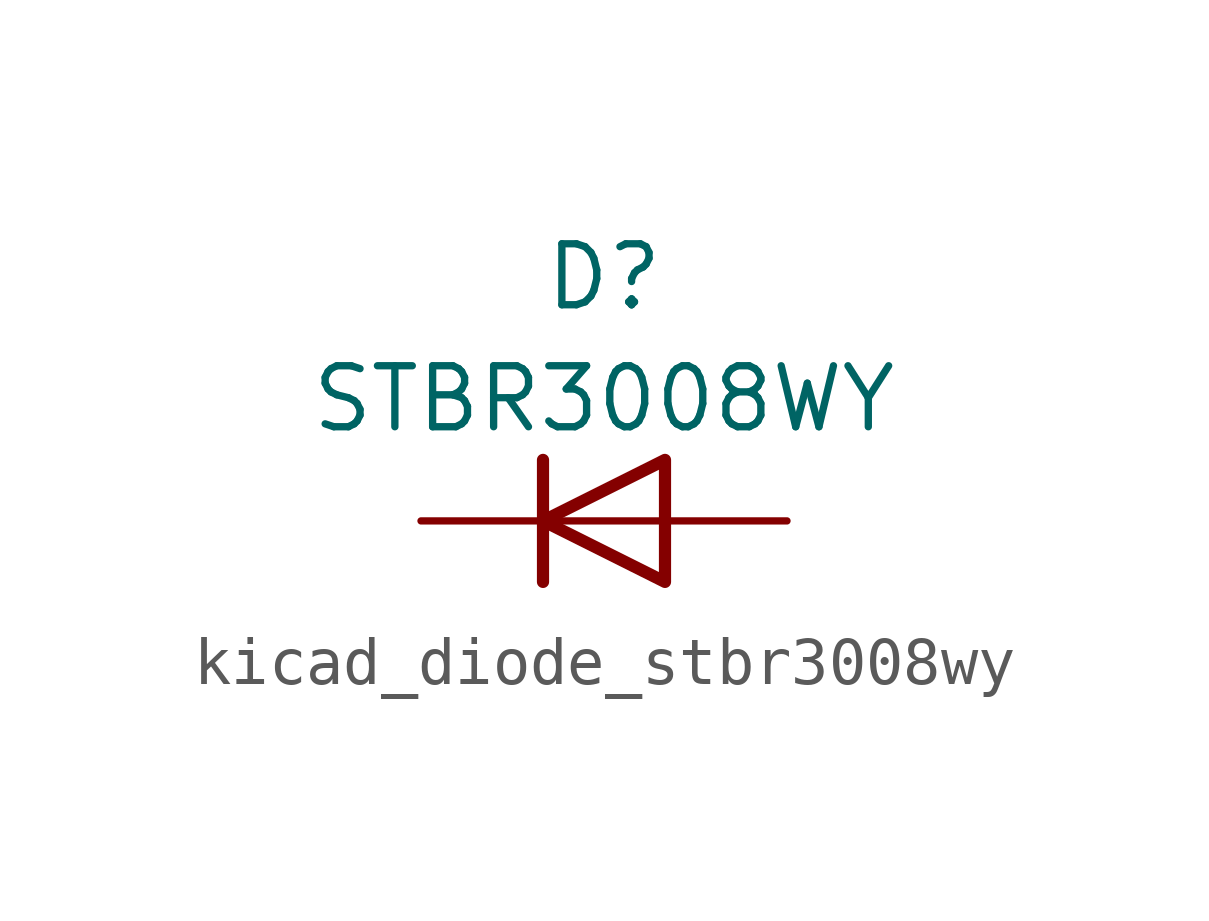
<source format=kicad_sym>
(kicad_symbol_lib
  (version 20220914)
  (generator kicad_symbol_editor)
  (symbol "kicad_diode_stbr3008wy"
    (pin_numbers hide)
    (pin_names hide)
    (property "Reference" "D"
      (at 0 5.08 0)
      (effects (font (size 1.27 1.27))))
    (property "Value" "STBR3008WY"
      (at 0 2.54 0)
      (effects (font (size 1.27 1.27))))
    (symbol "kicad_diode_stbr3008wy_0_1"
      (polyline (pts (xy -1.27 1.27) (xy -1.27 -1.27)) (stroke (width 0.254) (type default)) (fill (type none)))
      (polyline (pts (xy 1.27 0) (xy -1.27 0)) (stroke (width 0) (type default)) (fill (type none)))
      (polyline (pts (xy 1.27 1.27) (xy 1.27 -1.27) (xy -1.27 0) (xy 1.27 1.27)) (stroke (width 0.254) (type default)) (fill (type none))))
    (symbol "kicad_diode_stbr3008wy_1_1"
      (pin passive line (at -3.81 0 0) (length 2.54) (name "K" (effects (font (size 1.27 1.27)))) (number "1" (effects (font (size 1.27 1.27)))))
      (pin passive line (at 3.81 0 180) (length 2.54) (name "A" (effects (font (size 1.27 1.27)))) (number "2" (effects (font (size 1.27 1.27))))))))
</source>
